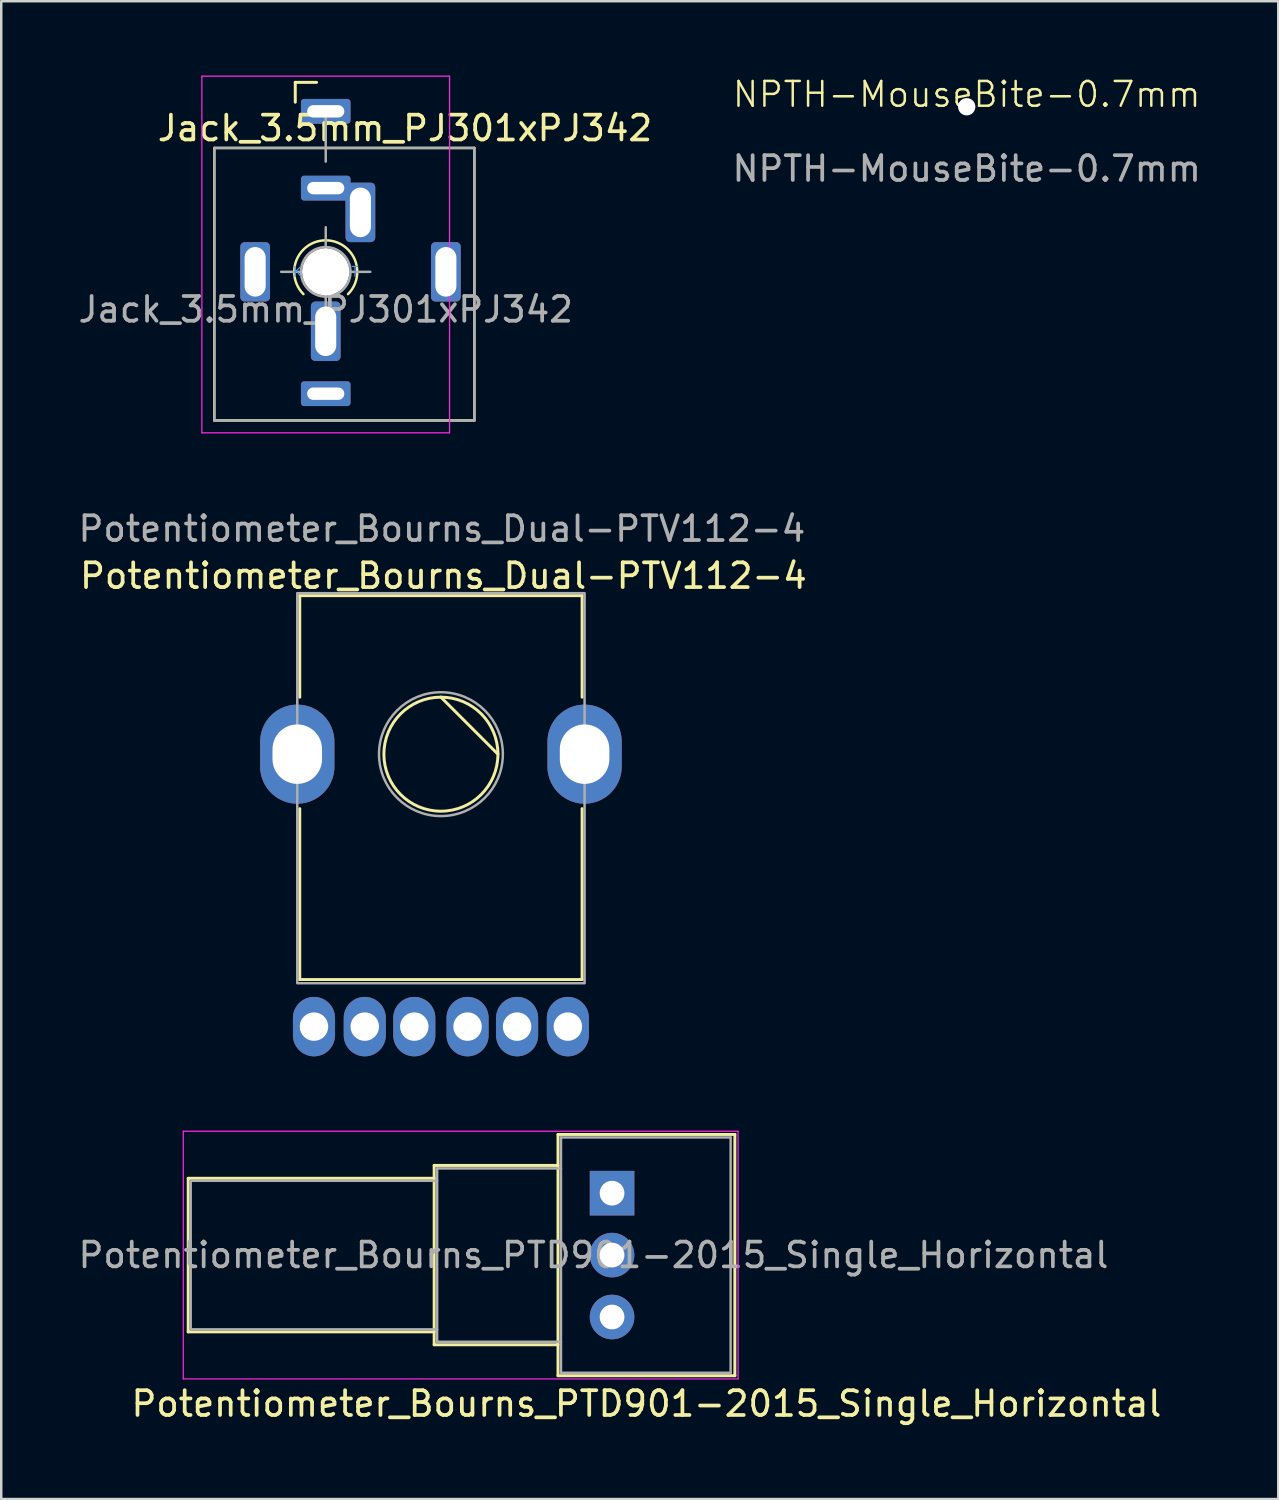
<source format=kicad_pcb>
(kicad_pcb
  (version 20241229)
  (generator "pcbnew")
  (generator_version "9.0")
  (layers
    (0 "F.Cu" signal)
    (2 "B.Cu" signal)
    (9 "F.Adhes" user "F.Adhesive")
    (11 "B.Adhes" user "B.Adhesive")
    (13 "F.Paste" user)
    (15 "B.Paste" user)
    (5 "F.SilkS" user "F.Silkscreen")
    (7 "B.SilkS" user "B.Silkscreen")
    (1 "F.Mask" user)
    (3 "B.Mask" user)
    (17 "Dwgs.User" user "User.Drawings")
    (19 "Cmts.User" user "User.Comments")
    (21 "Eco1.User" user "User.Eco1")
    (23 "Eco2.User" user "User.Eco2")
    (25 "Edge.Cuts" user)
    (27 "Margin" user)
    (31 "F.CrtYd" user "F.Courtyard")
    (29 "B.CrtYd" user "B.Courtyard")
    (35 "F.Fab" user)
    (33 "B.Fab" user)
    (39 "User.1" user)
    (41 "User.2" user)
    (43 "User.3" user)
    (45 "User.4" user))
  (footprint "Potentiometer_Bourns_Dual-PTV112-4"
    (layer "F.Cu")
    (at 14.752 27.398)
    (property "Reference" "Potentiometer_Bourns_Dual-PTV112-4" (at 0.1 -7.2 180) (layer "F.SilkS") (effects (font (size 1 1) (thickness 0.15))))
    (attr through_hole)
    (fp_line (start -5.7 -6.4) (end 5.7 -6.4) (stroke (width 0.12) (type default)) (layer "F.SilkS"))
    (fp_line (start -5.7 -2.3) (end -5.7 -6.4) (stroke (width 0.12) (type default)) (layer "F.SilkS"))
    (fp_line (start -5.7 9.1) (end -5.7 2.2) (stroke (width 0.12) (type default)) (layer "F.SilkS"))
    (fp_line (start -5.7 9.1) (end 5.7 9.1) (stroke (width 0.12) (type default)) (layer "F.SilkS"))
    (fp_line (start -0.001 -2.301) (end 2.301 0.001) (stroke (width 0.12) (type default)) (layer "F.SilkS"))
    (fp_line (start 5.7 -6.4) (end 5.7 -2.3) (stroke (width 0.12) (type default)) (layer "F.SilkS"))
    (fp_line (start 5.7 2.2) (end 5.7 9.1) (stroke (width 0.12) (type default)) (layer "F.SilkS"))
    (fp_circle (center -0.001 0.001) (end 1.299 -1.899) (stroke (width 0.12) (type default)) (fill no) (layer "F.SilkS"))
    (fp_rect (start -5.8 -6.5) (end 5.8 9.25) (stroke (width 0.1) (type default)) (fill no) (layer "F.Fab"))
    (fp_circle (center 0 0) (end -2.5 0) (stroke (width 0.1) (type solid)) (fill no) (layer "F.Fab"))
    (fp_text user "${REFERENCE}" (at 0.04 -9.1 180) (layer "F.Fab") (effects (font (size 1 1) (thickness 0.15))))
    (pad "" thru_hole oval (at -5.8 0 180) (size 3 4) (drill oval 2 2.4) (layers "*.Cu" "*.Mask"))
    (pad "" thru_hole oval (at 5.8 0 180) (size 3 4) (drill oval 2 2.4) (layers "*.Cu" "*.Mask"))
    (pad "1" thru_hole oval (at -3.075 11 180) (size 1.7 2.4) (drill 1.15) (layers "*.Cu" "*.Mask"))
    (pad "2" thru_hole oval (at -5.125 11 180) (size 1.7 2.4) (drill 1.15) (layers "*.Cu" "*.Mask"))
    (pad "3" thru_hole oval (at 5.125 11 180) (size 1.7 2.4) (drill 1.15) (layers "*.Cu" "*.Mask"))
    (pad "4" thru_hole oval (at -1.075 11 180) (size 1.7 2.4) (drill 1.15) (layers "*.Cu" "*.Mask"))
    (pad "5" thru_hole oval (at 1.075 11 180) (size 1.7 2.4) (drill 1.15) (layers "*.Cu" "*.Mask"))
    (pad "6" thru_hole oval (at 3.075 11 180) (size 1.7 2.4) (drill 1.15) (layers "*.Cu" "*.Mask")))
  (footprint "NPTH-MouseBite-0.7mm"
    (layer "F.Cu")
    (at 35.98 1.26)
    (property "Reference" "NPTH-MouseBite-0.7mm" (at 0 -0.5 0) (unlocked yes) (layer "F.SilkS") (effects (font (size 1 1) (thickness 0.1))))
    (attr smd)
    (fp_text user "${REFERENCE}" (at 0 2.5 0) (unlocked yes) (layer "F.Fab") (effects (font (size 1 1) (thickness 0.15))))
    (pad "" np_thru_hole circle (at 0 0) (size 0.7 0.7) (drill 0.7) (layers "*.Cu" "*.Mask")))
  (footprint "Potentiometer_Bourns_PTD901-2015_Single_Horizontal"
    (layer "F.Cu")
    (at 21.661 45.123)
    (property "Reference" "Potentiometer_Bourns_PTD901-2015_Single_Horizontal" (at 1.388 8.5 180) (layer "F.SilkS") (effects (font (size 1 1) (thickness 0.15))))
    (attr through_hole)
    (fp_line (start -17.112 5.6) (end -17.112 -0.6) (stroke (width 0.12) (type solid)) (layer "F.SilkS"))
    (fp_line (start -7.182 -0.6) (end -17.112 -0.6) (stroke (width 0.12) (type solid)) (layer "F.SilkS"))
    (fp_line (start -7.182 5.6) (end -17.112 5.6) (stroke (width 0.12) (type solid)) (layer "F.SilkS"))
    (fp_line (start -7.182 6.12) (end -7.182 -1.12) (stroke (width 0.12) (type solid)) (layer "F.SilkS"))
    (fp_line (start -2.182 -1.12) (end -7.182 -1.12) (stroke (width 0.12) (type solid)) (layer "F.SilkS"))
    (fp_line (start -2.182 6.12) (end -7.182 6.12) (stroke (width 0.12) (type solid)) (layer "F.SilkS"))
    (fp_line (start -2.182 7.37) (end -2.182 -2.37) (stroke (width 0.12) (type solid)) (layer "F.SilkS"))
    (fp_line (start 4.958 -2.37) (end -2.182 -2.37) (stroke (width 0.12) (type solid)) (layer "F.SilkS"))
    (fp_line (start 4.958 7.37) (end -2.182 7.37) (stroke (width 0.12) (type solid)) (layer "F.SilkS"))
    (fp_line (start 4.958 7.37) (end 4.958 -2.37) (stroke (width 0.12) (type solid)) (layer "F.SilkS"))
    (fp_line (start -17.312 -2.5) (end -17.312 7.5) (stroke (width 0.05) (type solid)) (layer "F.CrtYd"))
    (fp_line (start -17.312 7.5) (end 5.088 7.5) (stroke (width 0.05) (type solid)) (layer "F.CrtYd"))
    (fp_line (start 5.088 -2.5) (end -17.312 -2.5) (stroke (width 0.05) (type solid)) (layer "F.CrtYd"))
    (fp_line (start 5.088 7.5) (end 5.088 -2.5) (stroke (width 0.05) (type solid)) (layer "F.CrtYd"))
    (fp_line (start -17.012 -0.5) (end -17.012 5.5) (stroke (width 0.1) (type solid)) (layer "F.Fab"))
    (fp_line (start -17.012 5.5) (end -7.062 5.5) (stroke (width 0.1) (type solid)) (layer "F.Fab"))
    (fp_line (start -7.062 -1) (end -7.062 6) (stroke (width 0.1) (type solid)) (layer "F.Fab"))
    (fp_line (start -7.062 -0.5) (end -17.012 -0.5) (stroke (width 0.1) (type solid)) (layer "F.Fab"))
    (fp_line (start -7.062 6) (end -2.062 6) (stroke (width 0.1) (type solid)) (layer "F.Fab"))
    (fp_line (start -2.062 -2.25) (end -2.062 7.25) (stroke (width 0.1) (type solid)) (layer "F.Fab"))
    (fp_line (start -2.062 -1) (end -7.062 -1) (stroke (width 0.1) (type solid)) (layer "F.Fab"))
    (fp_line (start -2.062 7.25) (end 4.788 7.25) (stroke (width 0.1) (type solid)) (layer "F.Fab"))
    (fp_line (start 4.788 -2.25) (end -2.062 -2.25) (stroke (width 0.1) (type solid)) (layer "F.Fab"))
    (fp_line (start 4.788 7.25) (end 4.788 -2.25) (stroke (width 0.1) (type solid)) (layer "F.Fab"))
    (fp_text user "${REFERENCE}" (at -0.75 2.5 180) (layer "F.Fab") (effects (font (size 1 1) (thickness 0.15))))
    (pad "1" thru_hole rect (at 0 0 180) (size 1.8 1.8) (drill 1) (layers "*.Cu" "*.Mask"))
    (pad "2" thru_hole circle (at 0 2.5 180) (size 1.8 1.8) (drill 1) (layers "*.Cu" "*.Mask"))
    (pad "3" thru_hole circle (at 0 5 180) (size 1.8 1.8) (drill 1) (layers "*.Cu" "*.Mask")))
  (footprint "Jack_3.5mm_PJ301xPJ342"
    (layer "F.Cu")
    (at 10.101 7.925)
    (property "Reference" "Jack_3.5mm_PJ301xPJ342" (at 3.2 -5.8 180) (layer "F.SilkS") (effects (font (size 1 1) (thickness 0.15))))
    (attr through_hole)
    (fp_line (start -4.5 -5) (end 6 -5) (stroke (width 0.1) (type default)) (layer "F.SilkS"))
    (fp_line (start -4.5 6) (end -4.5 -5) (stroke (width 0.1) (type default)) (layer "F.SilkS"))
    (fp_line (start -1.23 -7.65) (end -1.23 -6.85) (stroke (width 0.12) (type solid)) (layer "F.SilkS"))
    (fp_line (start -1.23 -7.65) (end -0.37 -7.65) (stroke (width 0.12) (type solid)) (layer "F.SilkS"))
    (fp_line (start 6 -5) (end 6 6) (stroke (width 0.1) (type default)) (layer "F.SilkS"))
    (fp_line (start 6 6) (end -4.5 6) (stroke (width 0.1) (type default)) (layer "F.SilkS"))
    (fp_arc (start -0.9 0.9) (mid 0 -1.272792) (end 0.9 0.9) (stroke (width 0.1) (type default)) (layer "F.SilkS"))
    (fp_line (start -5 6.5) (end -5 -7.9) (stroke (width 0.05) (type solid)) (layer "F.CrtYd"))
    (fp_line (start 5 -7.9) (end -5 -7.9) (stroke (width 0.05) (type solid)) (layer "F.CrtYd"))
    (fp_line (start 5 6.5) (end -5 6.5) (stroke (width 0.05) (type solid)) (layer "F.CrtYd"))
    (fp_line (start 5 6.5) (end 5 -7.9) (stroke (width 0.05) (type solid)) (layer "F.CrtYd"))
    (fp_line (start -4.5 6) (end -4.5 -5) (stroke (width 0.1) (type solid)) (layer "F.Fab"))
    (fp_line (start 0 -6.48) (end 0 -4.45) (stroke (width 0.1) (type solid)) (layer "F.Fab"))
    (fp_line (start 0 -1.8) (end 0 1.8) (stroke (width 0.1) (type default)) (layer "F.Fab"))
    (fp_line (start 1.8 0) (end -1.8 0) (stroke (width 0.1) (type default)) (layer "F.Fab"))
    (fp_line (start 6 -5) (end -4.5 -5) (stroke (width 0.1) (type solid)) (layer "F.Fab"))
    (fp_line (start 6 6) (end -4.5 6) (stroke (width 0.1) (type solid)) (layer "F.Fab"))
    (fp_line (start 6 6) (end 6 -5) (stroke (width 0.1) (type solid)) (layer "F.Fab"))
    (fp_circle (center 0 0) (end 1 0) (stroke (width 0.1) (type solid)) (fill no) (layer "F.Fab"))
    (fp_line (start -4.5 -4.5) (end -4.5 6) (stroke (width 0.12) (type solid)) (layer "User.3"))
    (fp_line (start -0.8 6) (end -4.5 6) (stroke (width 0.12) (type solid)) (layer "User.3"))
    (fp_line (start -0.72 -4.5) (end -4.5 -4.5) (stroke (width 0.12) (type solid)) (layer "User.3"))
    (fp_line (start 4.5 -4.5) (end 0.72 -4.5) (stroke (width 0.12) (type solid)) (layer "User.3"))
    (fp_line (start 4.5 -4.5) (end 4.5 6) (stroke (width 0.12) (type solid)) (layer "User.3"))
    (fp_line (start 4.5 6) (end 0.8 6) (stroke (width 0.12) (type solid)) (layer "User.3"))
    (fp_line (start -4 -5) (end 6 -5) (stroke (width 0.1) (type default)) (layer "User.4"))
    (fp_line (start -4 5) (end -4 -5) (stroke (width 0.1) (type default)) (layer "User.4"))
    (fp_line (start 6 -5) (end 6 5) (stroke (width 0.1) (type default)) (layer "User.4"))
    (fp_line (start 6 5) (end -4 5) (stroke (width 0.1) (type default)) (layer "User.4"))
    (fp_text user "KEEPOUT" (at 0 0 0) (layer "Cmts.User") (effects (font (size 0.4 0.4) (thickness 0.051))))
    (fp_text user "${REFERENCE}" (at 0 1.52 180) (layer "F.Fab") (effects (font (size 1 1) (thickness 0.15))))
    (pad "" np_thru_hole circle (at 0 0) (size 1.9 1.9) (drill 1.9) (layers "*.Cu" "*.Mask"))
    (pad "R" thru_hole roundrect (at 0 2.4) (size 1.2 2.4) (drill oval 0.85 2) (layers "*.Cu" "*.Mask") (roundrect_rratio 0.15))
    (pad "S" thru_hole roundrect (at -2.85 0) (size 1.2 2.4) (drill oval 0.85 2) (layers "*.Cu" "*.Mask") (roundrect_rratio 0.15))
    (pad "S" thru_hole roundrect (at 0 -6.48 180) (size 2 1) (drill oval 1.5 0.5) (layers "*.Cu" "*.Mask") (roundrect_rratio 0.125))
    (pad "T" thru_hole roundrect (at 0 4.92 180) (size 2 1) (drill oval 1.5 0.5) (layers "*.Cu" "*.Mask") (roundrect_rratio 0.125))
    (pad "T" thru_hole roundrect (at 4.85 0) (size 1.2 2.4) (drill oval 0.85 2) (layers "*.Cu" "*.Mask") (roundrect_rratio 0.15))
    (pad "TN" thru_hole roundrect (at 0 -3.38 180) (size 2 1) (drill oval 1.5 0.5) (layers "*.Cu" "*.Mask") (roundrect_rratio 0.125))
    (pad "TN" thru_hole roundrect (at 1.4 -2.4) (size 1.2 2.4) (drill oval 0.85 2) (layers "*.Cu" "*.Mask") (roundrect_rratio 0.15)))
  (gr_rect
    (start -3 -3)
    (end 48.557 57.471)
    (stroke (width 0.1) (type default))
    (fill no)
    (layer "Edge.Cuts")))
</source>
